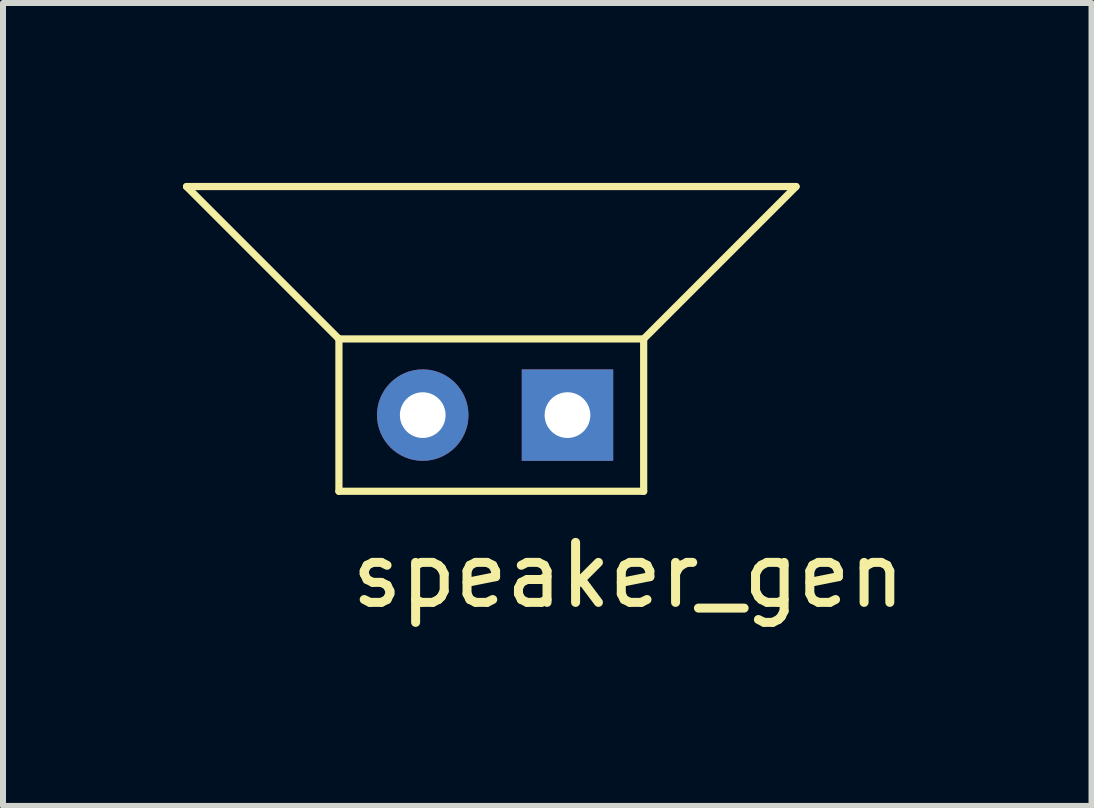
<source format=kicad_pcb>
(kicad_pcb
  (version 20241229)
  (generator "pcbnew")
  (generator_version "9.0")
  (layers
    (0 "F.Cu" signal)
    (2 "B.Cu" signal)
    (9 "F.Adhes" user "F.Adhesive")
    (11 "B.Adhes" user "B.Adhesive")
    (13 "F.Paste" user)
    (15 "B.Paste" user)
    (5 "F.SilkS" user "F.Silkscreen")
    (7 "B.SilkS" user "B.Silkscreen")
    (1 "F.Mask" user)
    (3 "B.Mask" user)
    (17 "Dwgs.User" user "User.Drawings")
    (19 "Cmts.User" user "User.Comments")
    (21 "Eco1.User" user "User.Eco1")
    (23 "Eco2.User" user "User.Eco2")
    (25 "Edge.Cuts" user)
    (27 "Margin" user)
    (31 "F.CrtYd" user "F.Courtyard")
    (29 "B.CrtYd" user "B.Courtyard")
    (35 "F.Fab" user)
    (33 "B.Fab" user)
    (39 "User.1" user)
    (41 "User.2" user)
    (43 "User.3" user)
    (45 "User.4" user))
  (footprint "speaker_gen"
    (layer "F.Cu")
    (at 5.14 3.87)
    (property "Reference" "speaker_gen" (at 2.286 2.667 0) (layer "F.SilkS") (effects (font (size 1 1) (thickness 0.15))))
    (attr through_hole)
    (fp_line (start -5.08 -3.81) (end 5.08 -3.81) (stroke (width 0.12) (type solid)) (layer "F.SilkS"))
    (fp_line (start -2.54 -1.27) (end -5.08 -3.81) (stroke (width 0.12) (type solid)) (layer "F.SilkS"))
    (fp_line (start -2.54 -1.27) (end -2.54 1.27) (stroke (width 0.12) (type solid)) (layer "F.SilkS"))
    (fp_line (start -2.54 1.27) (end 2.54 1.27) (stroke (width 0.12) (type solid)) (layer "F.SilkS"))
    (fp_line (start 2.54 -1.27) (end -2.54 -1.27) (stroke (width 0.12) (type solid)) (layer "F.SilkS"))
    (fp_line (start 2.54 1.27) (end 2.54 -1.27) (stroke (width 0.12) (type solid)) (layer "F.SilkS"))
    (fp_line (start 5.08 -3.81) (end 2.54 -1.27) (stroke (width 0.12) (type solid)) (layer "F.SilkS"))
    (pad "1" thru_hole circle (at -1.143 0) (size 1.524 1.524) (drill 0.762) (layers "*.Cu" "*.Mask"))
    (pad "2" thru_hole rect (at 1.27 0) (size 1.524 1.524) (drill 0.762) (layers "*.Cu" "*.Mask")))
  (gr_rect
    (start -3 -3)
    (end 15.146 10.385)
    (stroke (width 0.1) (type default))
    (fill no)
    (layer "Edge.Cuts")))
</source>
